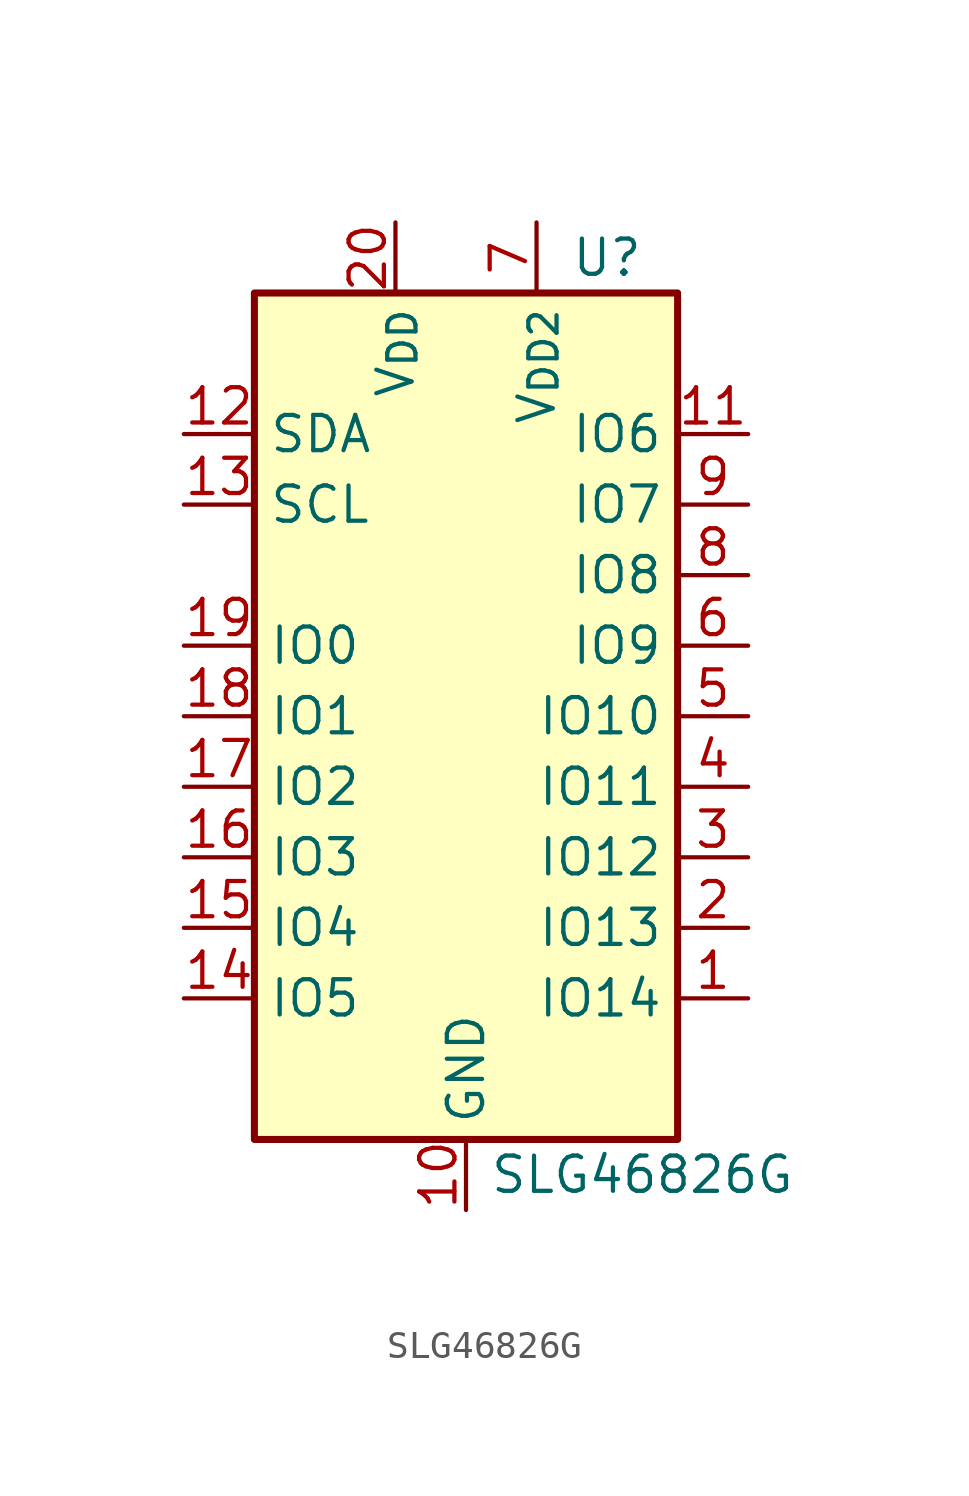
<source format=kicad_sym>
(kicad_symbol_lib
  (version 20241209)
  (generator "kicad_symbol_editor")
  (generator_version "9.0")
  (symbol "SLG46826G"
    (property "Reference" "U"
      (at 5.08 16.51 0)
      (effects (font (size 1.27 1.27))))
    (property "Value" "SLG46826G"
      (at 6.35 -16.51 0)
      (effects (font (size 1.27 1.27))))
    (symbol "SLG46826G_1_1"
      (rectangle (start -7.62 15.24) (end 7.62 -15.24) (stroke (width 0.254) (type default)) (fill (type background)))
      (pin bidirectional line (at -10.16 10.16 0) (length 2.54) (name "SDA" (effects (font (size 1.27 1.27)))) (number "12" (effects (font (size 1.27 1.27)))))
      (pin bidirectional line (at -10.16 7.62 0) (length 2.54) (name "SCL" (effects (font (size 1.27 1.27)))) (number "13" (effects (font (size 1.27 1.27)))))
      (pin bidirectional line (at -10.16 2.54 0) (length 2.54) (name "IO0" (effects (font (size 1.27 1.27)))) (number "19" (effects (font (size 1.27 1.27)))))
      (pin bidirectional line (at -10.16 0 0) (length 2.54) (name "IO1" (effects (font (size 1.27 1.27)))) (number "18" (effects (font (size 1.27 1.27)))) (alternate "Vref_IN" input line))
      (pin bidirectional line (at -10.16 -2.54 0) (length 2.54) (name "IO2" (effects (font (size 1.27 1.27)))) (number "17" (effects (font (size 1.27 1.27)))) (alternate "SLA_0" passive line))
      (pin bidirectional line (at -10.16 -5.08 0) (length 2.54) (name "IO3" (effects (font (size 1.27 1.27)))) (number "16" (effects (font (size 1.27 1.27)))) (alternate "SLA_1" passive line))
      (pin bidirectional line (at -10.16 -7.62 0) (length 2.54) (name "IO4" (effects (font (size 1.27 1.27)))) (number "15" (effects (font (size 1.27 1.27)))) (alternate "SLA_2" passive line))
      (pin bidirectional line (at -10.16 -10.16 0) (length 2.54) (name "IO5" (effects (font (size 1.27 1.27)))) (number "14" (effects (font (size 1.27 1.27)))) (alternate "SLA_3" passive line))
      (pin power_in line (at -2.54 17.78 270) (length 2.54) (name "V_{DD}" (effects (font (size 1.27 1.27)))) (number "20" (effects (font (size 1.27 1.27)))))
      (pin power_in line (at 0 -17.78 90) (length 2.54) (name "GND" (effects (font (size 1.27 1.27)))) (number "10" (effects (font (size 1.27 1.27)))))
      (pin power_in line (at 2.54 17.78 270) (length 2.54) (name "V_{DD2}" (effects (font (size 1.27 1.27)))) (number "7" (effects (font (size 1.27 1.27)))))
      (pin output line (at 10.16 10.16 180) (length 2.54) (name "IO6" (effects (font (size 1.27 1.27)))) (number "11" (effects (font (size 1.27 1.27)))))
      (pin output line (at 10.16 7.62 180) (length 2.54) (name "IO7" (effects (font (size 1.27 1.27)))) (number "9" (effects (font (size 1.27 1.27)))))
      (pin bidirectional line (at 10.16 5.08 180) (length 2.54) (name "IO8" (effects (font (size 1.27 1.27)))) (number "8" (effects (font (size 1.27 1.27)))))
      (pin bidirectional line (at 10.16 2.54 180) (length 2.54) (name "IO9" (effects (font (size 1.27 1.27)))) (number "6" (effects (font (size 1.27 1.27)))) (alternate "Vref_OUT1" output line))
      (pin bidirectional line (at 10.16 0 180) (length 2.54) (name "IO10" (effects (font (size 1.27 1.27)))) (number "5" (effects (font (size 1.27 1.27)))) (alternate "Vref_OUT0" output line))
      (pin bidirectional line (at 10.16 -2.54 180) (length 2.54) (name "IO11" (effects (font (size 1.27 1.27)))) (number "4" (effects (font (size 1.27 1.27)))) (alternate "ACMP3L_IN" input line))
      (pin bidirectional line (at 10.16 -5.08 180) (length 2.54) (name "IO12" (effects (font (size 1.27 1.27)))) (number "3" (effects (font (size 1.27 1.27)))) (alternate "ACMP2L_IN" input line))
      (pin bidirectional line (at 10.16 -7.62 180) (length 2.54) (name "IO13" (effects (font (size 1.27 1.27)))) (number "2" (effects (font (size 1.27 1.27)))) (alternate "ACMP1H_IN" input line))
      (pin bidirectional line (at 10.16 -10.16 180) (length 2.54) (name "IO14" (effects (font (size 1.27 1.27)))) (number "1" (effects (font (size 1.27 1.27)))) (alternate "ACMP0H_IN" input line)))))
</source>
